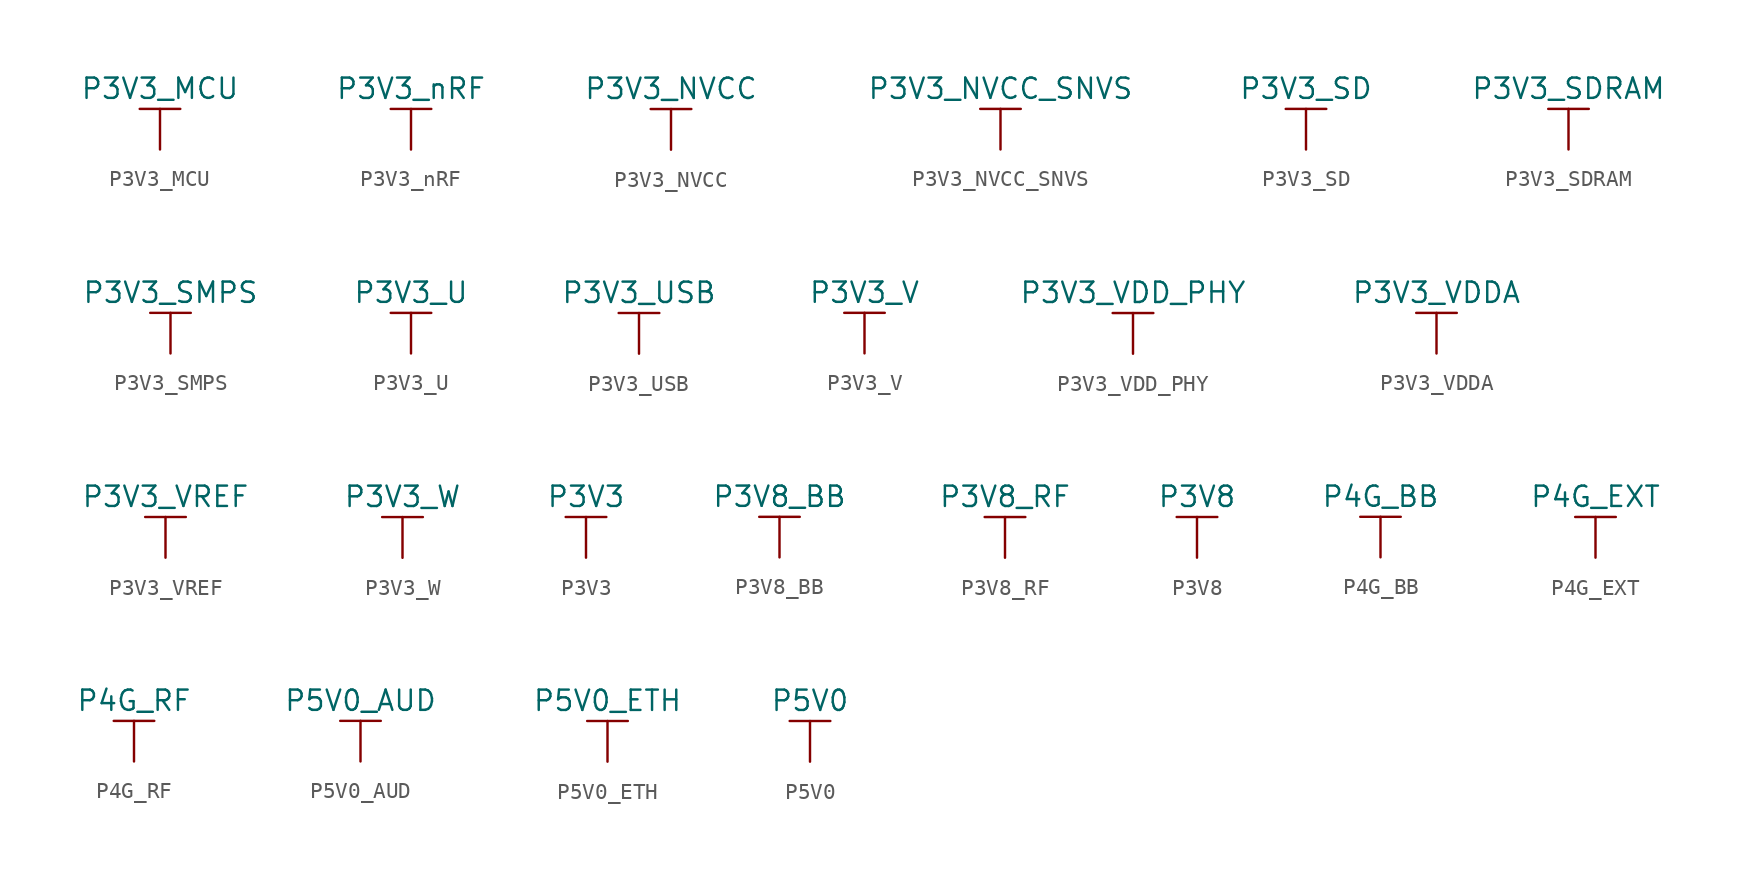
<source format=kicad_sym>
(kicad_symbol_lib
  (version 20211014)
  (generator kicad_symbol_editor)
  (symbol "P3V3_MCU"
    (power)
    (pin_names
      (offset 0))
    (property "Reference" "#PWR"
      (at 0 -3.81 0)
      (effects (font (size 1.27 1.27)) hide))
    (property "Value" "P3V3_MCU"
      (at 0 3.81 0)
      (effects (font (size 1.27 1.27))))
    (symbol "P3V3_MCU_0_1"
      (polyline (pts (xy -1.27 2.54) (xy 1.27 2.54)) (stroke (width 0.152) (type default) (color 0 0 0 0)) (fill (type none)))
      (polyline (pts (xy 0 0) (xy 0 2.54)) (stroke (width 0.152) (type default) (color 0 0 0 0)) (fill (type none))))
    (symbol "P3V3_MCU_1_1"
      (pin power_in line (at 0 0 90) (length 0) hide (name "P3V3_MCU" (effects (font (size 1.27 1.27)))) (number "1" (effects (font (size 1.27 1.27)))))))
  (symbol "P3V3_nRF"
    (power)
    (pin_names
      (offset 0))
    (property "Reference" "#PWR"
      (at 0 -3.81 0)
      (effects (font (size 1.27 1.27)) hide))
    (property "Value" "P3V3_nRF"
      (at 0 3.81 0)
      (effects (font (size 1.27 1.27))))
    (symbol "P3V3_nRF_0_1"
      (polyline (pts (xy -1.27 2.54) (xy 1.27 2.54)) (stroke (width 0.152) (type default) (color 0 0 0 0)) (fill (type none)))
      (polyline (pts (xy 0 0) (xy 0 2.54)) (stroke (width 0.152) (type default) (color 0 0 0 0)) (fill (type none))))
    (symbol "P3V3_nRF_1_1"
      (pin power_in line (at 0 0 90) (length 0) hide (name "P3V3_nRF" (effects (font (size 1.27 1.27)))) (number "1" (effects (font (size 1.27 1.27)))))))
  (symbol "P3V3_NVCC"
    (power)
    (pin_names
      (offset 0))
    (property "Reference" "#PWR"
      (at 0 -3.81 0)
      (effects (font (size 1.27 1.27)) hide))
    (property "Value" "P3V3_NVCC"
      (at 0 3.81 0)
      (effects (font (size 1.27 1.27))))
    (symbol "P3V3_NVCC_0_1"
      (polyline (pts (xy -1.27 2.54) (xy 1.27 2.54)) (stroke (width 0.152) (type default) (color 0 0 0 0)) (fill (type none)))
      (polyline (pts (xy 0 0) (xy 0 2.54)) (stroke (width 0.152) (type default) (color 0 0 0 0)) (fill (type none))))
    (symbol "P3V3_NVCC_1_1"
      (pin power_in line (at 0 0 90) (length 0) hide (name "P3V3_NVCC" (effects (font (size 1.27 1.27)))) (number "1" (effects (font (size 1.27 1.27)))))))
  (symbol "P3V3_NVCC_SNVS"
    (power)
    (pin_names
      (offset 0))
    (property "Reference" "#PWR"
      (at 0 -3.81 0)
      (effects (font (size 1.27 1.27)) hide))
    (property "Value" "P3V3_NVCC_SNVS"
      (at 0 3.81 0)
      (effects (font (size 1.27 1.27))))
    (symbol "P3V3_NVCC_SNVS_0_1"
      (polyline (pts (xy -1.27 2.54) (xy 1.27 2.54)) (stroke (width 0.152) (type default) (color 0 0 0 0)) (fill (type none)))
      (polyline (pts (xy 0 0) (xy 0 2.54)) (stroke (width 0.152) (type default) (color 0 0 0 0)) (fill (type none))))
    (symbol "P3V3_NVCC_SNVS_1_1"
      (pin power_in line (at 0 0 90) (length 0) hide (name "P3V3_NVCC_SNVS" (effects (font (size 1.27 1.27)))) (number "1" (effects (font (size 1.27 1.27)))))))
  (symbol "P3V3_SD"
    (power)
    (pin_names
      (offset 0))
    (property "Reference" "#PWR"
      (at 0 -3.81 0)
      (effects (font (size 1.27 1.27)) hide))
    (property "Value" "P3V3_SD"
      (at 0 3.81 0)
      (effects (font (size 1.27 1.27))))
    (symbol "P3V3_SD_0_1"
      (polyline (pts (xy -1.27 2.54) (xy 1.27 2.54)) (stroke (width 0.152) (type default) (color 0 0 0 0)) (fill (type none)))
      (polyline (pts (xy 0 0) (xy 0 2.54)) (stroke (width 0.152) (type default) (color 0 0 0 0)) (fill (type none))))
    (symbol "P3V3_SD_1_1"
      (pin power_in line (at 0 0 90) (length 0) hide (name "P3V3_SD" (effects (font (size 1.27 1.27)))) (number "1" (effects (font (size 1.27 1.27)))))))
  (symbol "P3V3_SDRAM"
    (power)
    (pin_names
      (offset 0))
    (property "Reference" "#PWR"
      (at 0 -3.81 0)
      (effects (font (size 1.27 1.27)) hide))
    (property "Value" "P3V3_SDRAM"
      (at 0 3.81 0)
      (effects (font (size 1.27 1.27))))
    (symbol "P3V3_SDRAM_0_1"
      (polyline (pts (xy -1.27 2.54) (xy 1.27 2.54)) (stroke (width 0.152) (type default) (color 0 0 0 0)) (fill (type none)))
      (polyline (pts (xy 0 0) (xy 0 2.54)) (stroke (width 0.152) (type default) (color 0 0 0 0)) (fill (type none))))
    (symbol "P3V3_SDRAM_1_1"
      (pin power_in line (at 0 0 90) (length 0) hide (name "P3V3_SDRAM" (effects (font (size 1.27 1.27)))) (number "1" (effects (font (size 1.27 1.27)))))))
  (symbol "P3V3_SMPS"
    (power)
    (pin_names
      (offset 0))
    (property "Reference" "#PWR"
      (at 0 -3.81 0)
      (effects (font (size 1.27 1.27)) hide))
    (property "Value" "P3V3_SMPS"
      (at 0 3.81 0)
      (effects (font (size 1.27 1.27))))
    (symbol "P3V3_SMPS_0_1"
      (polyline (pts (xy -1.27 2.54) (xy 1.27 2.54)) (stroke (width 0.152) (type default) (color 0 0 0 0)) (fill (type none)))
      (polyline (pts (xy 0 0) (xy 0 2.54)) (stroke (width 0.152) (type default) (color 0 0 0 0)) (fill (type none))))
    (symbol "P3V3_SMPS_1_1"
      (pin power_in line (at 0 0 90) (length 0) hide (name "P3V3_SMPS" (effects (font (size 1.27 1.27)))) (number "1" (effects (font (size 1.27 1.27)))))))
  (symbol "P3V3_U"
    (power)
    (pin_names
      (offset 0))
    (property "Reference" "#PWR"
      (at 0 -3.81 0)
      (effects (font (size 1.27 1.27)) hide))
    (property "Value" "P3V3_U"
      (at 0 3.81 0)
      (effects (font (size 1.27 1.27))))
    (symbol "P3V3_U_0_1"
      (polyline (pts (xy -1.27 2.54) (xy 1.27 2.54)) (stroke (width 0.152) (type default) (color 0 0 0 0)) (fill (type none)))
      (polyline (pts (xy 0 0) (xy 0 2.54)) (stroke (width 0.152) (type default) (color 0 0 0 0)) (fill (type none))))
    (symbol "P3V3_U_1_1"
      (pin power_in line (at 0 0 90) (length 0) hide (name "P3V3_U" (effects (font (size 1.27 1.27)))) (number "1" (effects (font (size 1.27 1.27)))))))
  (symbol "P3V3_USB"
    (power)
    (pin_names
      (offset 0))
    (property "Reference" "#PWR"
      (at 0 -3.81 0)
      (effects (font (size 1.27 1.27)) hide))
    (property "Value" "P3V3_USB"
      (at 0 3.81 0)
      (effects (font (size 1.27 1.27))))
    (symbol "P3V3_USB_0_1"
      (polyline (pts (xy -1.27 2.54) (xy 1.27 2.54)) (stroke (width 0.152) (type default) (color 0 0 0 0)) (fill (type none)))
      (polyline (pts (xy 0 0) (xy 0 2.54)) (stroke (width 0.152) (type default) (color 0 0 0 0)) (fill (type none))))
    (symbol "P3V3_USB_1_1"
      (pin power_in line (at 0 0 90) (length 0) hide (name "P3V3_USB" (effects (font (size 1.27 1.27)))) (number "1" (effects (font (size 1.27 1.27)))))))
  (symbol "P3V3_V"
    (power)
    (pin_names
      (offset 0))
    (property "Reference" "#PWR"
      (at 0 -3.81 0)
      (effects (font (size 1.27 1.27)) hide))
    (property "Value" "P3V3_V"
      (at 0 3.81 0)
      (effects (font (size 1.27 1.27))))
    (symbol "P3V3_V_0_1"
      (polyline (pts (xy -1.27 2.54) (xy 1.27 2.54)) (stroke (width 0.152) (type default) (color 0 0 0 0)) (fill (type none)))
      (polyline (pts (xy 0 0) (xy 0 2.54)) (stroke (width 0.152) (type default) (color 0 0 0 0)) (fill (type none))))
    (symbol "P3V3_V_1_1"
      (pin power_in line (at 0 0 90) (length 0) hide (name "P3V3_V" (effects (font (size 1.27 1.27)))) (number "1" (effects (font (size 1.27 1.27)))))))
  (symbol "P3V3_VDD_PHY"
    (power)
    (pin_names
      (offset 0))
    (property "Reference" "#PWR"
      (at 0 -3.81 0)
      (effects (font (size 1.27 1.27)) hide))
    (property "Value" "P3V3_VDD_PHY"
      (at 0 3.81 0)
      (effects (font (size 1.27 1.27))))
    (symbol "P3V3_VDD_PHY_0_1"
      (polyline (pts (xy -1.27 2.54) (xy 1.27 2.54)) (stroke (width 0.152) (type default) (color 0 0 0 0)) (fill (type none)))
      (polyline (pts (xy 0 0) (xy 0 2.54)) (stroke (width 0.152) (type default) (color 0 0 0 0)) (fill (type none))))
    (symbol "P3V3_VDD_PHY_1_1"
      (pin power_in line (at 0 0 90) (length 0) hide (name "P3V3_VDD_PHY" (effects (font (size 1.27 1.27)))) (number "1" (effects (font (size 1.27 1.27)))))))
  (symbol "P3V3_VDDA"
    (power)
    (pin_names
      (offset 0))
    (property "Reference" "#PWR"
      (at 0 -3.81 0)
      (effects (font (size 1.27 1.27)) hide))
    (property "Value" "P3V3_VDDA"
      (at 0 3.81 0)
      (effects (font (size 1.27 1.27))))
    (symbol "P3V3_VDDA_0_1"
      (polyline (pts (xy -1.27 2.54) (xy 1.27 2.54)) (stroke (width 0.152) (type default) (color 0 0 0 0)) (fill (type none)))
      (polyline (pts (xy 0 0) (xy 0 2.54)) (stroke (width 0.152) (type default) (color 0 0 0 0)) (fill (type none))))
    (symbol "P3V3_VDDA_1_1"
      (pin power_in line (at 0 0 90) (length 0) hide (name "P3V3_VDDA" (effects (font (size 1.27 1.27)))) (number "1" (effects (font (size 1.27 1.27)))))))
  (symbol "P3V3_VREF"
    (power)
    (pin_names
      (offset 0))
    (property "Reference" "#PWR"
      (at 0 -3.81 0)
      (effects (font (size 1.27 1.27)) hide))
    (property "Value" "P3V3_VREF"
      (at 0 3.81 0)
      (effects (font (size 1.27 1.27))))
    (symbol "P3V3_VREF_0_1"
      (polyline (pts (xy -1.27 2.54) (xy 1.27 2.54)) (stroke (width 0.152) (type default) (color 0 0 0 0)) (fill (type none)))
      (polyline (pts (xy 0 0) (xy 0 2.54)) (stroke (width 0.152) (type default) (color 0 0 0 0)) (fill (type none))))
    (symbol "P3V3_VREF_1_1"
      (pin power_in line (at 0 0 90) (length 0) hide (name "P3V3_VREF" (effects (font (size 1.27 1.27)))) (number "1" (effects (font (size 1.27 1.27)))))))
  (symbol "P3V3_W"
    (power)
    (pin_names
      (offset 0))
    (property "Reference" "#PWR"
      (at 0 -3.81 0)
      (effects (font (size 1.27 1.27)) hide))
    (property "Value" "P3V3_W"
      (at 0 3.81 0)
      (effects (font (size 1.27 1.27))))
    (symbol "P3V3_W_0_1"
      (polyline (pts (xy -1.27 2.54) (xy 1.27 2.54)) (stroke (width 0.152) (type default) (color 0 0 0 0)) (fill (type none)))
      (polyline (pts (xy 0 0) (xy 0 2.54)) (stroke (width 0.152) (type default) (color 0 0 0 0)) (fill (type none))))
    (symbol "P3V3_W_1_1"
      (pin power_in line (at 0 0 90) (length 0) hide (name "P3V3_W" (effects (font (size 1.27 1.27)))) (number "1" (effects (font (size 1.27 1.27)))))))
  (symbol "P3V3"
    (power)
    (pin_names
      (offset 0))
    (property "Reference" "#PWR"
      (at 0 -3.81 0)
      (effects (font (size 1.27 1.27)) hide))
    (property "Value" "P3V3"
      (at 0 3.81 0)
      (effects (font (size 1.27 1.27))))
    (symbol "P3V3_0_1"
      (polyline (pts (xy -1.27 2.54) (xy 1.27 2.54)) (stroke (width 0.152) (type default) (color 0 0 0 0)) (fill (type none)))
      (polyline (pts (xy 0 0) (xy 0 2.54)) (stroke (width 0.152) (type default) (color 0 0 0 0)) (fill (type none))))
    (symbol "P3V3_1_1"
      (pin power_in line (at 0 0 90) (length 0) hide (name "P3V3" (effects (font (size 1.27 1.27)))) (number "1" (effects (font (size 1.27 1.27)))))))
  (symbol "P3V8_BB"
    (power)
    (pin_names
      (offset 0))
    (property "Reference" "#PWR"
      (at 0 -3.81 0)
      (effects (font (size 1.27 1.27)) hide))
    (property "Value" "P3V8_BB"
      (at 0 3.81 0)
      (effects (font (size 1.27 1.27))))
    (symbol "P3V8_BB_0_1"
      (polyline (pts (xy -1.27 2.54) (xy 1.27 2.54)) (stroke (width 0.152) (type default) (color 0 0 0 0)) (fill (type none)))
      (polyline (pts (xy 0 0) (xy 0 2.54)) (stroke (width 0.152) (type default) (color 0 0 0 0)) (fill (type none))))
    (symbol "P3V8_BB_1_1"
      (pin power_in line (at 0 0 90) (length 0) hide (name "P3V8_BB" (effects (font (size 1.27 1.27)))) (number "1" (effects (font (size 1.27 1.27)))))))
  (symbol "P3V8_RF"
    (power)
    (pin_names
      (offset 0))
    (property "Reference" "#PWR"
      (at 0 -3.81 0)
      (effects (font (size 1.27 1.27)) hide))
    (property "Value" "P3V8_RF"
      (at 0 3.81 0)
      (effects (font (size 1.27 1.27))))
    (symbol "P3V8_RF_0_1"
      (polyline (pts (xy -1.27 2.54) (xy 1.27 2.54)) (stroke (width 0.152) (type default) (color 0 0 0 0)) (fill (type none)))
      (polyline (pts (xy 0 0) (xy 0 2.54)) (stroke (width 0.152) (type default) (color 0 0 0 0)) (fill (type none))))
    (symbol "P3V8_RF_1_1"
      (pin power_in line (at 0 0 90) (length 0) hide (name "P3V8_RF" (effects (font (size 1.27 1.27)))) (number "1" (effects (font (size 1.27 1.27)))))))
  (symbol "P3V8"
    (power)
    (pin_names
      (offset 0))
    (property "Reference" "#PWR"
      (at 0 -3.81 0)
      (effects (font (size 1.27 1.27)) hide))
    (property "Value" "P3V8"
      (at 0 3.81 0)
      (effects (font (size 1.27 1.27))))
    (symbol "P3V8_0_1"
      (polyline (pts (xy -1.27 2.54) (xy 1.27 2.54)) (stroke (width 0.152) (type default) (color 0 0 0 0)) (fill (type none)))
      (polyline (pts (xy 0 0) (xy 0 2.54)) (stroke (width 0.152) (type default) (color 0 0 0 0)) (fill (type none))))
    (symbol "P3V8_1_1"
      (pin power_in line (at 0 0 90) (length 0) hide (name "P3V8" (effects (font (size 1.27 1.27)))) (number "1" (effects (font (size 1.27 1.27)))))))
  (symbol "P4G_BB"
    (power)
    (pin_names
      (offset 0))
    (property "Reference" "#PWR"
      (at 0 -3.81 0)
      (effects (font (size 1.27 1.27)) hide))
    (property "Value" "P4G_BB"
      (at 0 3.81 0)
      (effects (font (size 1.27 1.27))))
    (symbol "P4G_BB_0_1"
      (polyline (pts (xy -1.27 2.54) (xy 1.27 2.54)) (stroke (width 0.152) (type default) (color 0 0 0 0)) (fill (type none)))
      (polyline (pts (xy 0 0) (xy 0 2.54)) (stroke (width 0.152) (type default) (color 0 0 0 0)) (fill (type none))))
    (symbol "P4G_BB_1_1"
      (pin power_in line (at 0 0 90) (length 0) hide (name "P4G_BB" (effects (font (size 1.27 1.27)))) (number "1" (effects (font (size 1.27 1.27)))))))
  (symbol "P4G_EXT"
    (power)
    (pin_names
      (offset 0))
    (property "Reference" "#PWR"
      (at 0 -3.81 0)
      (effects (font (size 1.27 1.27)) hide))
    (property "Value" "P4G_EXT"
      (at 0 3.81 0)
      (effects (font (size 1.27 1.27))))
    (symbol "P4G_EXT_0_1"
      (polyline (pts (xy -1.27 2.54) (xy 1.27 2.54)) (stroke (width 0.152) (type default) (color 0 0 0 0)) (fill (type none)))
      (polyline (pts (xy 0 0) (xy 0 2.54)) (stroke (width 0.152) (type default) (color 0 0 0 0)) (fill (type none))))
    (symbol "P4G_EXT_1_1"
      (pin power_in line (at 0 0 90) (length 0) hide (name "P4G_EXT" (effects (font (size 1.27 1.27)))) (number "1" (effects (font (size 1.27 1.27)))))))
  (symbol "P4G_RF"
    (power)
    (pin_names
      (offset 0))
    (property "Reference" "#PWR"
      (at 0 -3.81 0)
      (effects (font (size 1.27 1.27)) hide))
    (property "Value" "P4G_RF"
      (at 0 3.81 0)
      (effects (font (size 1.27 1.27))))
    (symbol "P4G_RF_0_1"
      (polyline (pts (xy -1.27 2.54) (xy 1.27 2.54)) (stroke (width 0.152) (type default) (color 0 0 0 0)) (fill (type none)))
      (polyline (pts (xy 0 0) (xy 0 2.54)) (stroke (width 0.152) (type default) (color 0 0 0 0)) (fill (type none))))
    (symbol "P4G_RF_1_1"
      (pin power_in line (at 0 0 90) (length 0) hide (name "P4G_RF" (effects (font (size 1.27 1.27)))) (number "1" (effects (font (size 1.27 1.27)))))))
  (symbol "P5V0_AUD"
    (power)
    (pin_names
      (offset 0))
    (property "Reference" "#PWR"
      (at 0 -3.81 0)
      (effects (font (size 1.27 1.27)) hide))
    (property "Value" "P5V0_AUD"
      (at 0 3.81 0)
      (effects (font (size 1.27 1.27))))
    (symbol "P5V0_AUD_0_1"
      (polyline (pts (xy -1.27 2.54) (xy 1.27 2.54)) (stroke (width 0.152) (type default) (color 0 0 0 0)) (fill (type none)))
      (polyline (pts (xy 0 0) (xy 0 2.54)) (stroke (width 0.152) (type default) (color 0 0 0 0)) (fill (type none))))
    (symbol "P5V0_AUD_1_1"
      (pin power_in line (at 0 0 90) (length 0) hide (name "P5V0_AUD" (effects (font (size 1.27 1.27)))) (number "1" (effects (font (size 1.27 1.27)))))))
  (symbol "P5V0_ETH"
    (power)
    (pin_names
      (offset 0))
    (property "Reference" "#PWR"
      (at 0 -3.81 0)
      (effects (font (size 1.27 1.27)) hide))
    (property "Value" "P5V0_ETH"
      (at 0 3.81 0)
      (effects (font (size 1.27 1.27))))
    (symbol "P5V0_ETH_0_1"
      (polyline (pts (xy -1.27 2.54) (xy 1.27 2.54)) (stroke (width 0.152) (type default) (color 0 0 0 0)) (fill (type none)))
      (polyline (pts (xy 0 0) (xy 0 2.54)) (stroke (width 0.152) (type default) (color 0 0 0 0)) (fill (type none))))
    (symbol "P5V0_ETH_1_1"
      (pin power_in line (at 0 0 90) (length 0) hide (name "P5V0_ETH" (effects (font (size 1.27 1.27)))) (number "1" (effects (font (size 1.27 1.27)))))))
  (symbol "P5V0"
    (power)
    (pin_names
      (offset 0))
    (property "Reference" "#PWR"
      (at 0 -3.81 0)
      (effects (font (size 1.27 1.27)) hide))
    (property "Value" "P5V0"
      (at 0 3.81 0)
      (effects (font (size 1.27 1.27))))
    (symbol "P5V0_0_1"
      (polyline (pts (xy -1.27 2.54) (xy 1.27 2.54)) (stroke (width 0.152) (type default) (color 0 0 0 0)) (fill (type none)))
      (polyline (pts (xy 0 0) (xy 0 2.54)) (stroke (width 0.152) (type default) (color 0 0 0 0)) (fill (type none))))
    (symbol "P5V0_1_1"
      (pin power_in line (at 0 0 90) (length 0) hide (name "P5V0" (effects (font (size 1.27 1.27)))) (number "1" (effects (font (size 1.27 1.27))))))))
</source>
